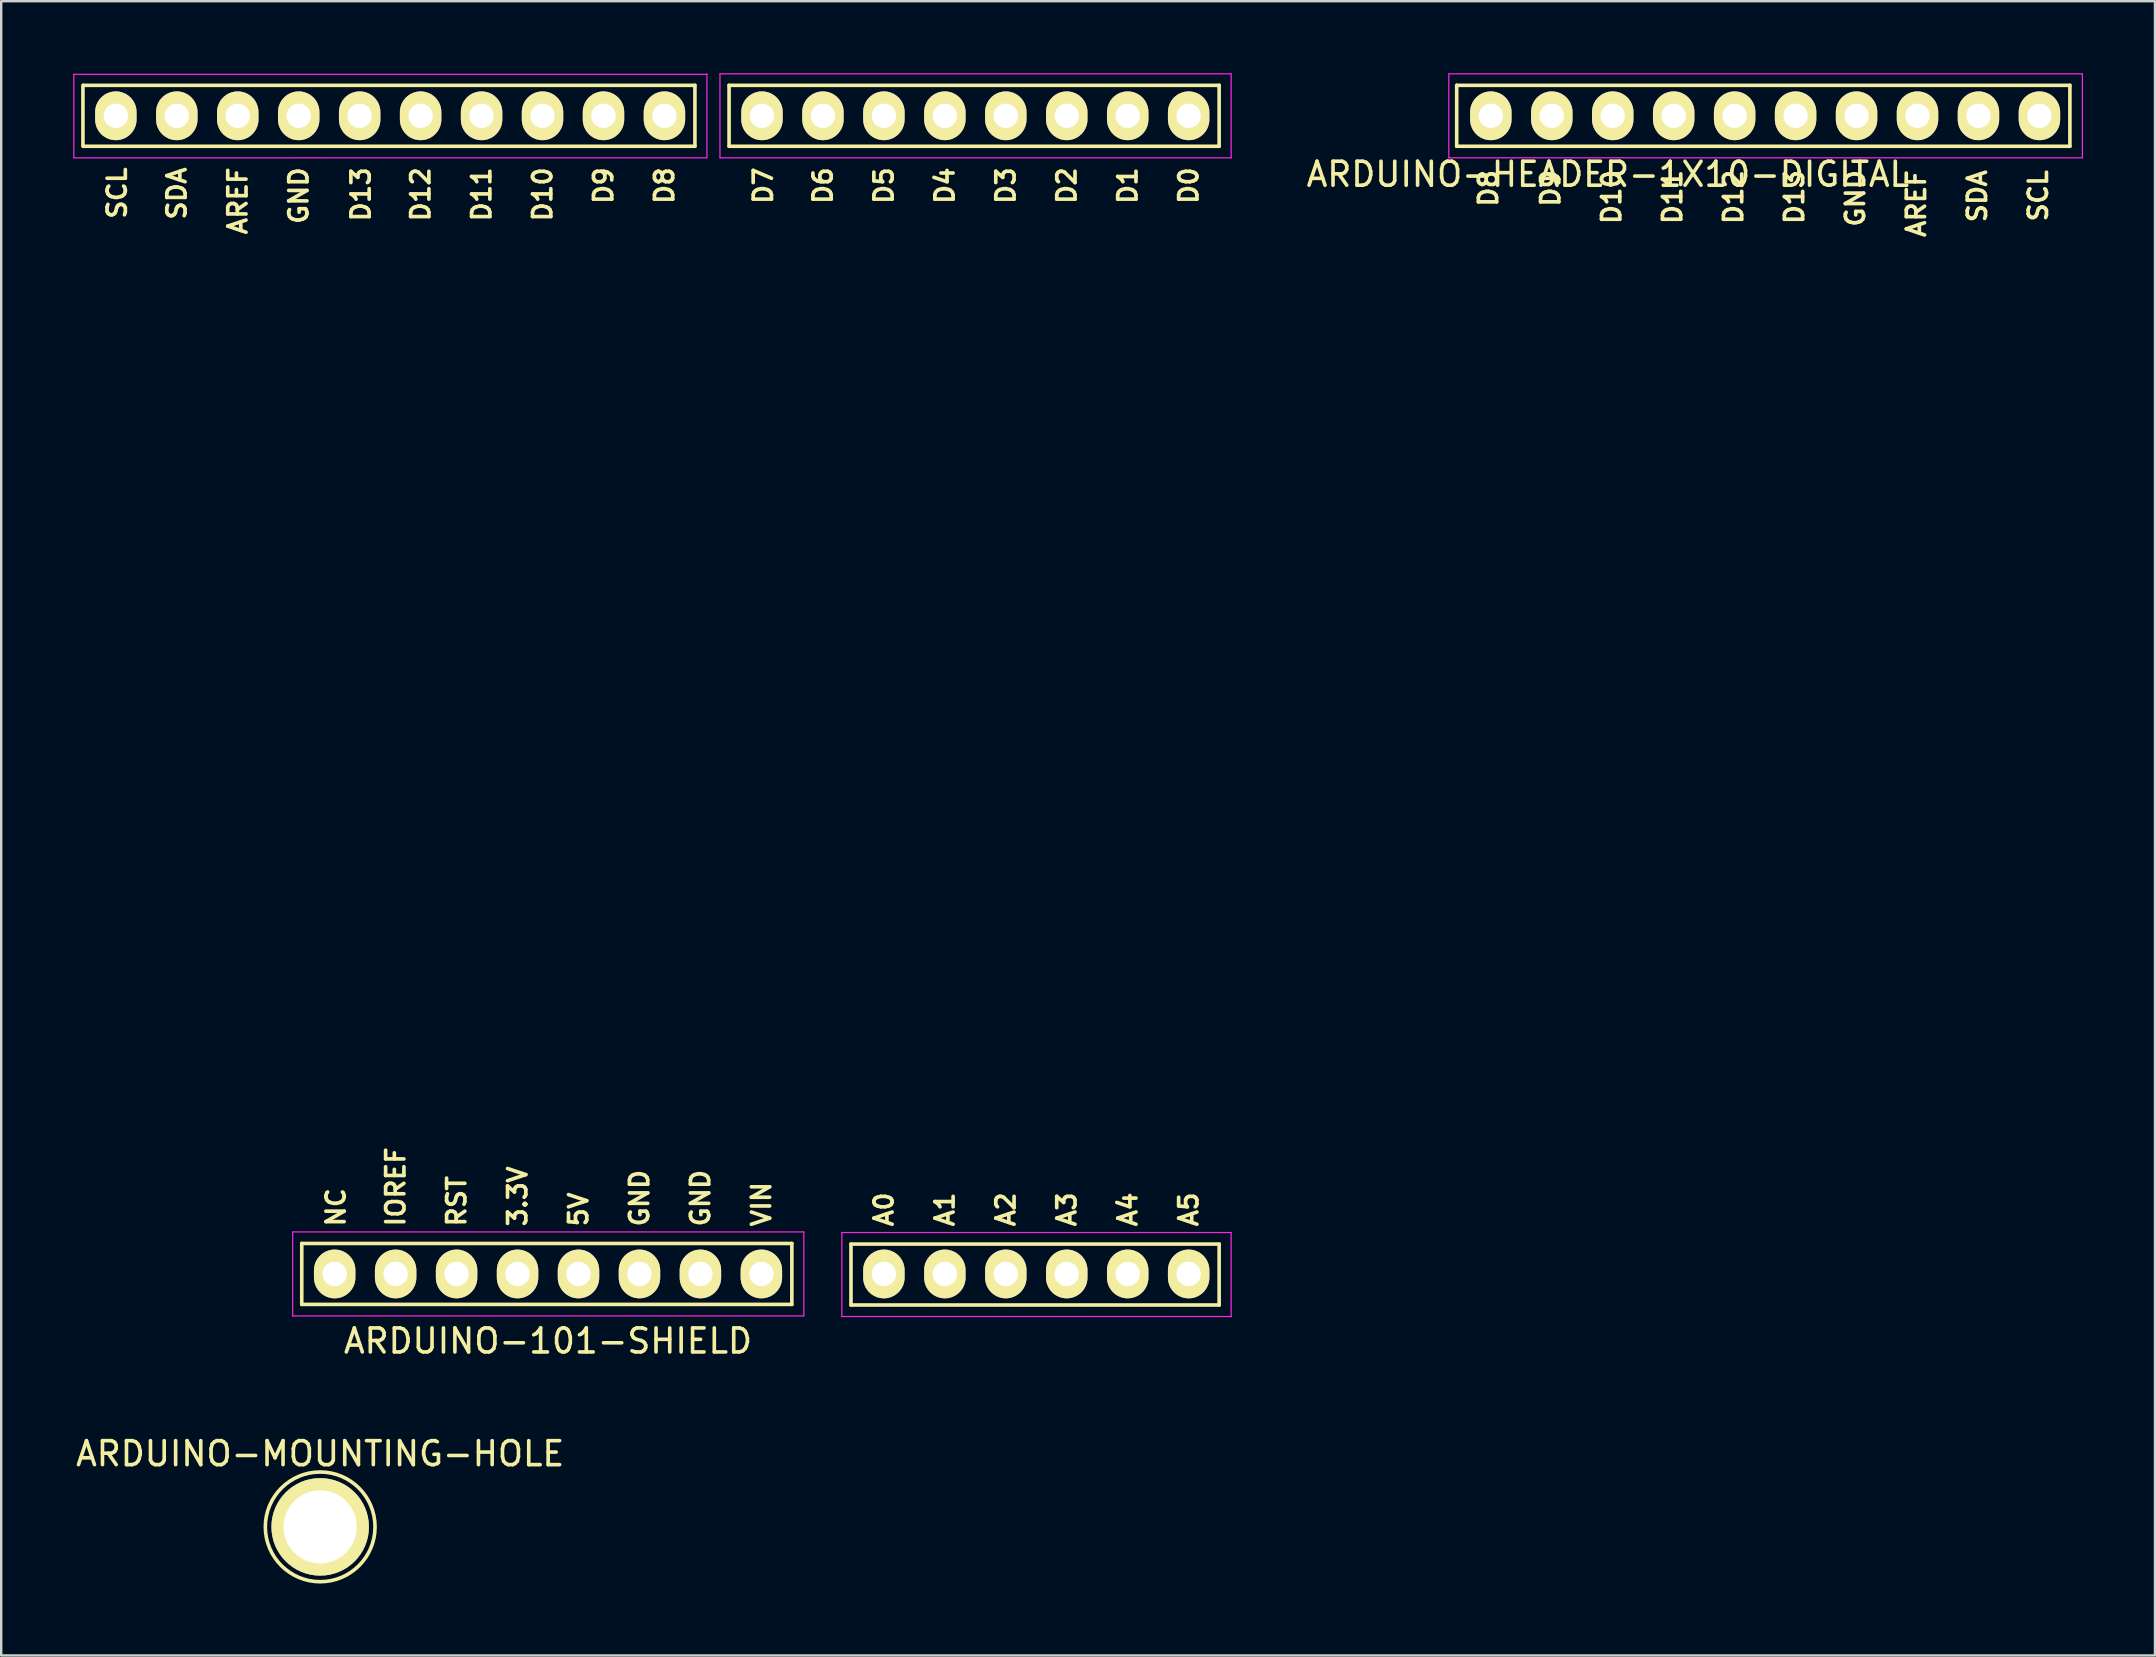
<source format=kicad_pcb>
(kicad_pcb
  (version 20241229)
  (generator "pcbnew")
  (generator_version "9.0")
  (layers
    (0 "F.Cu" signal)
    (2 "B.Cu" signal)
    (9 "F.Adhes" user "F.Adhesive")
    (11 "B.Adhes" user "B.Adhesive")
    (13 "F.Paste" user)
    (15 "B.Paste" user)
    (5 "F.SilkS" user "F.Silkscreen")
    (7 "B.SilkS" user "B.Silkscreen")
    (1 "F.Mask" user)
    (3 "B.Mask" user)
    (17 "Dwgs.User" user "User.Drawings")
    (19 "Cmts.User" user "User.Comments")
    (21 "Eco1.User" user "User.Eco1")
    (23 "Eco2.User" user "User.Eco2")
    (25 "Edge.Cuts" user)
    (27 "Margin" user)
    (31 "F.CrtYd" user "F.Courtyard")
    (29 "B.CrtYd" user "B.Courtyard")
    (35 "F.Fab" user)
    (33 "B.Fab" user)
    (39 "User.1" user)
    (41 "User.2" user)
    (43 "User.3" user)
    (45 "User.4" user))
  (footprint "ARDUINO-HEADER-1X10-DIGITAL"
    (layer "F.Cu")
    (at 59.072 1.775)
    (property "Reference" "ARDUINO-HEADER-1X10-DIGITAL" (at 4.877 2.438 0) (layer "F.SilkS") (effects (font (size 1 1) (thickness 0.15))))
    (attr through_hole)
    (fp_line (start -1.422 1.27) (end -1.422 -1.27) (stroke (width 0.15) (type solid)) (layer "F.SilkS"))
    (fp_line (start -1.422 1.27) (end 24.13 1.27) (stroke (width 0.15) (type solid)) (layer "F.SilkS"))
    (fp_line (start 24.13 -1.27) (end -1.422 -1.27) (stroke (width 0.15) (type solid)) (layer "F.SilkS"))
    (fp_line (start 24.13 1.27) (end 24.13 -1.27) (stroke (width 0.15) (type solid)) (layer "F.SilkS"))
    (fp_line (start -1.75 -1.75) (end -1.75 1.75) (stroke (width 0.05) (type solid)) (layer "F.CrtYd"))
    (fp_line (start -1.75 -1.75) (end 24.65 -1.75) (stroke (width 0.05) (type solid)) (layer "F.CrtYd"))
    (fp_line (start -1.75 1.75) (end 24.65 1.75) (stroke (width 0.05) (type solid)) (layer "F.CrtYd"))
    (fp_line (start 24.65 -1.75) (end 24.65 1.75) (stroke (width 0.05) (type solid)) (layer "F.CrtYd"))
    (fp_text user "GND" (at 15.189 3.44 90) (layer "F.SilkS") (effects (font (size 0.762 0.762) (thickness 0.152))))
    (fp_text user "D13" (at 12.649 3.385 90) (layer "F.SilkS") (effects (font (size 0.762 0.762) (thickness 0.152))))
    (fp_text user "AREF" (at 17.729 3.658 90) (layer "F.SilkS") (effects (font (size 0.762 0.762) (thickness 0.152))))
    (fp_text user "D8" (at -0.102 3.023 90) (layer "F.SilkS") (effects (font (size 0.762 0.762) (thickness 0.152))))
    (fp_text user "SDA" (at 20.269 3.349 90) (layer "F.SilkS") (effects (font (size 0.762 0.762) (thickness 0.152))))
    (fp_text user "SCL" (at 22.809 3.331 90) (layer "F.SilkS") (effects (font (size 0.762 0.762) (thickness 0.152))))
    (fp_text user "D12" (at 10.109 3.385 90) (layer "F.SilkS") (effects (font (size 0.762 0.762) (thickness 0.152))))
    (fp_text user "D10" (at 5.029 3.385 90) (layer "F.SilkS") (effects (font (size 0.762 0.762) (thickness 0.152))))
    (fp_text user "D9" (at 2.489 3.023 90) (layer "F.SilkS") (effects (font (size 0.762 0.762) (thickness 0.152))))
    (fp_text user "D11" (at 7.569 3.385 90) (layer "F.SilkS") (effects (font (size 0.762 0.762) (thickness 0.152))))
    (pad "AREF" thru_hole oval (at 17.78 0) (size 1.727 2.032) (drill 1.016) (layers "*.Cu" "*.Mask" "F.SilkS"))
    (pad "D8" thru_hole oval (at 0 0) (size 1.727 2.032) (drill 1.016) (layers "*.Cu" "*.Mask" "F.SilkS"))
    (pad "D9" thru_hole oval (at 2.54 0) (size 1.727 2.032) (drill 1.016) (layers "*.Cu" "*.Mask" "F.SilkS"))
    (pad "D10" thru_hole oval (at 5.08 0) (size 1.727 2.032) (drill 1.016) (layers "*.Cu" "*.Mask" "F.SilkS"))
    (pad "D11" thru_hole oval (at 7.62 0) (size 1.727 2.032) (drill 1.016) (layers "*.Cu" "*.Mask" "F.SilkS"))
    (pad "D12" thru_hole oval (at 10.16 0) (size 1.727 2.032) (drill 1.016) (layers "*.Cu" "*.Mask" "F.SilkS"))
    (pad "D13" thru_hole oval (at 12.7 0) (size 1.727 2.032) (drill 1.016) (layers "*.Cu" "*.Mask" "F.SilkS"))
    (pad "GND3" thru_hole oval (at 15.24 0) (size 1.727 2.032) (drill 1.016) (layers "*.Cu" "*.Mask" "F.SilkS"))
    (pad "SCL" thru_hole oval (at 22.86 0) (size 1.727 2.032) (drill 1.016) (layers "*.Cu" "*.Mask" "F.SilkS"))
    (pad "SDA" thru_hole oval (at 20.32 0) (size 1.727 2.032) (drill 1.016) (layers "*.Cu" "*.Mask" "F.SilkS")))
  (footprint "ARDUINO-MOUNTING-HOLE"
    (layer "F.Cu")
    (at 10.292 60.574)
    (property "Reference" "ARDUINO-MOUNTING-HOLE" (at 0 -3.048 0) (layer "F.SilkS") (effects (font (size 1 1) (thickness 0.15))))
    (attr through_hole)
    (fp_circle (center 0 0) (end 0 -2.286) (stroke (width 0.15) (type solid)) (fill no) (layer "F.SilkS"))
    (pad "1" thru_hole circle (at 0 0) (size 4.064 4.064) (drill 3.048) (layers "*.Cu" "*.Mask" "F.SilkS")))
  (footprint "ARDUINO-101-SHIELD"
    (layer "F.Cu")
    (at 5.816 50.035)
    (property "Reference" "ARDUINO-101-SHIELD" (at 13.97 2.794 0) (layer "F.SilkS") (effects (font (size 1 1) (thickness 0.15))))
    (attr through_hole)
    (fp_line (start -5.41 -46.99) (end -5.41 -49.53) (stroke (width 0.15) (type solid)) (layer "F.SilkS"))
    (fp_line (start -5.385 -46.99) (end 20.091 -46.99) (stroke (width 0.15) (type solid)) (layer "F.SilkS"))
    (fp_line (start 3.708 1.27) (end 3.708 -1.27) (stroke (width 0.15) (type solid)) (layer "F.SilkS"))
    (fp_line (start 3.708 1.27) (end 24.13 1.27) (stroke (width 0.15) (type solid)) (layer "F.SilkS"))
    (fp_line (start 20.091 -49.53) (end -5.385 -49.53) (stroke (width 0.15) (type solid)) (layer "F.SilkS"))
    (fp_line (start 20.091 -46.99) (end 20.091 -49.53) (stroke (width 0.15) (type solid)) (layer "F.SilkS"))
    (fp_line (start 21.514 -46.99) (end 21.514 -49.53) (stroke (width 0.15) (type solid)) (layer "F.SilkS"))
    (fp_line (start 21.514 -46.99) (end 41.935 -46.99) (stroke (width 0.15) (type solid)) (layer "F.SilkS"))
    (fp_line (start 24.13 -1.27) (end 3.708 -1.27) (stroke (width 0.15) (type solid)) (layer "F.SilkS"))
    (fp_line (start 24.13 1.27) (end 24.13 -1.27) (stroke (width 0.15) (type solid)) (layer "F.SilkS"))
    (fp_line (start 26.594 1.295) (end 26.594 -1.245) (stroke (width 0.15) (type solid)) (layer "F.SilkS"))
    (fp_line (start 26.594 1.295) (end 41.935 1.295) (stroke (width 0.15) (type solid)) (layer "F.SilkS"))
    (fp_line (start 41.935 -49.53) (end 21.514 -49.53) (stroke (width 0.15) (type solid)) (layer "F.SilkS"))
    (fp_line (start 41.935 -46.99) (end 41.935 -49.53) (stroke (width 0.15) (type solid)) (layer "F.SilkS"))
    (fp_line (start 41.935 -1.245) (end 26.594 -1.245) (stroke (width 0.15) (type solid)) (layer "F.SilkS"))
    (fp_line (start 41.935 1.295) (end 41.935 -1.245) (stroke (width 0.15) (type solid)) (layer "F.SilkS"))
    (fp_line (start -5.791 -49.987) (end -5.791 -46.507) (stroke (width 0.05) (type solid)) (layer "F.CrtYd"))
    (fp_line (start -5.791 -49.987) (end 20.591 -49.987) (stroke (width 0.05) (type solid)) (layer "F.CrtYd"))
    (fp_line (start -5.791 -46.507) (end 20.591 -46.51) (stroke (width 0.05) (type solid)) (layer "F.CrtYd"))
    (fp_line (start 3.33 -1.75) (end 3.33 1.75) (stroke (width 0.05) (type solid)) (layer "F.CrtYd"))
    (fp_line (start 3.33 -1.75) (end 24.63 -1.75) (stroke (width 0.05) (type solid)) (layer "F.CrtYd"))
    (fp_line (start 3.33 1.75) (end 24.63 1.75) (stroke (width 0.05) (type solid)) (layer "F.CrtYd"))
    (fp_line (start 20.591 -50.01) (end 20.591 -46.51) (stroke (width 0.05) (type solid)) (layer "F.CrtYd"))
    (fp_line (start 21.135 -50.01) (end 21.135 -46.51) (stroke (width 0.05) (type solid)) (layer "F.CrtYd"))
    (fp_line (start 21.135 -50.01) (end 42.435 -50.01) (stroke (width 0.05) (type solid)) (layer "F.CrtYd"))
    (fp_line (start 21.135 -46.51) (end 42.435 -46.51) (stroke (width 0.05) (type solid)) (layer "F.CrtYd"))
    (fp_line (start 24.63 -1.75) (end 24.63 1.75) (stroke (width 0.05) (type solid)) (layer "F.CrtYd"))
    (fp_line (start 26.215 -1.725) (end 26.215 1.775) (stroke (width 0.05) (type solid)) (layer "F.CrtYd"))
    (fp_line (start 26.215 -1.725) (end 42.435 -1.725) (stroke (width 0.05) (type solid)) (layer "F.CrtYd"))
    (fp_line (start 26.215 1.775) (end 42.435 1.775) (stroke (width 0.05) (type solid)) (layer "F.CrtYd"))
    (fp_line (start 42.435 -50.01) (end 42.435 -46.51) (stroke (width 0.05) (type solid)) (layer "F.CrtYd"))
    (fp_line (start 42.435 -1.725) (end 42.435 1.775) (stroke (width 0.05) (type solid)) (layer "F.CrtYd"))
    (fp_text user "SDA" (at -1.499 -45.023 90) (layer "F.SilkS") (effects (font (size 0.762 0.762) (thickness 0.152))))
    (fp_text user "GND" (at 20.32 -3.16 90) (layer "F.SilkS") (effects (font (size 0.762 0.762) (thickness 0.152))))
    (fp_text user "D9" (at 16.281 -45.35 90) (layer "F.SilkS") (effects (font (size 0.762 0.762) (thickness 0.152))))
    (fp_text user "D12" (at 8.661 -44.987 90) (layer "F.SilkS") (effects (font (size 0.762 0.762) (thickness 0.152))))
    (fp_text user "IOREF" (at 7.62 -3.632 90) (layer "F.SilkS") (effects (font (size 0.762 0.762) (thickness 0.152))))
    (fp_text user "D11" (at 11.201 -44.987 90) (layer "F.SilkS") (effects (font (size 0.762 0.762) (thickness 0.152))))
    (fp_text user "GND" (at 3.581 -44.933 90) (layer "F.SilkS") (effects (font (size 0.762 0.762) (thickness 0.152))))
    (fp_text user "D2" (at 35.585 -45.35 90) (layer "F.SilkS") (effects (font (size 0.762 0.762) (thickness 0.152))))
    (fp_text user "A2" (at 33.045 -2.689 90) (layer "F.SilkS") (effects (font (size 0.762 0.762) (thickness 0.152))))
    (fp_text user "A1" (at 30.505 -2.689 90) (layer "F.SilkS") (effects (font (size 0.762 0.762) (thickness 0.152))))
    (fp_text user "3.3V" (at 12.7 -3.233 90) (layer "F.SilkS") (effects (font (size 0.762 0.762) (thickness 0.152))))
    (fp_text user "A0" (at 27.965 -2.689 90) (layer "F.SilkS") (effects (font (size 0.762 0.762) (thickness 0.152))))
    (fp_text user "A5" (at 40.665 -2.689 90) (layer "F.SilkS") (effects (font (size 0.762 0.762) (thickness 0.152))))
    (fp_text user "SCL" (at -3.988 -45.041 90) (layer "F.SilkS") (effects (font (size 0.762 0.762) (thickness 0.152))))
    (fp_text user "5V" (at 15.24 -2.689 90) (layer "F.SilkS") (effects (font (size 0.762 0.762) (thickness 0.152))))
    (fp_text user "RST" (at 10.16 -3.033 90) (layer "F.SilkS") (effects (font (size 0.762 0.762) (thickness 0.152))))
    (fp_text user "A3" (at 35.585 -2.689 90) (layer "F.SilkS") (effects (font (size 0.762 0.762) (thickness 0.152))))
    (fp_text user "D5" (at 27.965 -45.35 90) (layer "F.SilkS") (effects (font (size 0.762 0.762) (thickness 0.152))))
    (fp_text user "A4" (at 38.125 -2.689 90) (layer "F.SilkS") (effects (font (size 0.762 0.762) (thickness 0.152))))
    (fp_text user "D8" (at 18.821 -45.35 90) (layer "F.SilkS") (effects (font (size 0.762 0.762) (thickness 0.152))))
    (fp_text user "D4" (at 30.505 -45.35 90) (layer "F.SilkS") (effects (font (size 0.762 0.762) (thickness 0.152))))
    (fp_text user "AREF" (at 1.041 -44.715 90) (layer "F.SilkS") (effects (font (size 0.762 0.762) (thickness 0.152))))
    (fp_text user "D10" (at 13.741 -44.987 90) (layer "F.SilkS") (effects (font (size 0.762 0.762) (thickness 0.152))))
    (fp_text user "D6" (at 25.425 -45.35 90) (layer "F.SilkS") (effects (font (size 0.762 0.762) (thickness 0.152))))
    (fp_text user "D3" (at 33.045 -45.35 90) (layer "F.SilkS") (effects (font (size 0.762 0.762) (thickness 0.152))))
    (fp_text user "D0" (at 40.665 -45.35 90) (layer "F.SilkS") (effects (font (size 0.762 0.762) (thickness 0.152))))
    (fp_text user "D7" (at 22.936 -45.35 90) (layer "F.SilkS") (effects (font (size 0.762 0.762) (thickness 0.152))))
    (fp_text user "NC" (at 5.131 -2.779 90) (layer "F.SilkS") (effects (font (size 0.762 0.762) (thickness 0.152))))
    (fp_text user "GND" (at 17.78 -3.16 90) (layer "F.SilkS") (effects (font (size 0.762 0.762) (thickness 0.152))))
    (fp_text user "D1" (at 38.125 -45.35 90) (layer "F.SilkS") (effects (font (size 0.762 0.762) (thickness 0.152))))
    (fp_text user "VIN" (at 22.86 -2.906 90) (layer "F.SilkS") (effects (font (size 0.762 0.762) (thickness 0.152))))
    (fp_text user "D13" (at 6.172 -44.987 90) (layer "F.SilkS") (effects (font (size 0.762 0.762) (thickness 0.152))))
    (pad "3V3" thru_hole oval (at 12.7 0) (size 1.727 2.032) (drill 1.016) (layers "*.Cu" "*.Mask" "F.SilkS"))
    (pad "5V" thru_hole oval (at 15.24 0) (size 1.727 2.032) (drill 1.016) (layers "*.Cu" "*.Mask" "F.SilkS"))
    (pad "A0" thru_hole oval (at 27.965 0) (size 1.727 2.032) (drill 1.016) (layers "*.Cu" "*.Mask" "F.SilkS"))
    (pad "A1" thru_hole oval (at 30.505 0) (size 1.727 2.032) (drill 1.016) (layers "*.Cu" "*.Mask" "F.SilkS"))
    (pad "A2" thru_hole oval (at 33.045 0) (size 1.727 2.032) (drill 1.016) (layers "*.Cu" "*.Mask" "F.SilkS"))
    (pad "A3" thru_hole oval (at 35.585 0) (size 1.727 2.032) (drill 1.016) (layers "*.Cu" "*.Mask" "F.SilkS"))
    (pad "A4" thru_hole oval (at 38.125 0) (size 1.727 2.032) (drill 1.016) (layers "*.Cu" "*.Mask" "F.SilkS"))
    (pad "A5" thru_hole oval (at 40.665 0) (size 1.727 2.032) (drill 1.016) (layers "*.Cu" "*.Mask" "F.SilkS"))
    (pad "AREF" thru_hole oval (at 1.041 -48.26) (size 1.727 2.032) (drill 1.016) (layers "*.Cu" "*.Mask" "F.SilkS"))
    (pad "D0" thru_hole oval (at 40.665 -48.26) (size 1.727 2.032) (drill 1.016) (layers "*.Cu" "*.Mask" "F.SilkS"))
    (pad "D1" thru_hole oval (at 38.125 -48.26) (size 1.727 2.032) (drill 1.016) (layers "*.Cu" "*.Mask" "F.SilkS"))
    (pad "D2" thru_hole oval (at 35.585 -48.26) (size 1.727 2.032) (drill 1.016) (layers "*.Cu" "*.Mask" "F.SilkS"))
    (pad "D3" thru_hole oval (at 33.045 -48.26) (size 1.727 2.032) (drill 1.016) (layers "*.Cu" "*.Mask" "F.SilkS"))
    (pad "D4" thru_hole oval (at 30.505 -48.26) (size 1.727 2.032) (drill 1.016) (layers "*.Cu" "*.Mask" "F.SilkS"))
    (pad "D5" thru_hole oval (at 27.965 -48.26) (size 1.727 2.032) (drill 1.016) (layers "*.Cu" "*.Mask" "F.SilkS"))
    (pad "D6" thru_hole oval (at 25.425 -48.26) (size 1.727 2.032) (drill 1.016) (layers "*.Cu" "*.Mask" "F.SilkS"))
    (pad "D7" thru_hole oval (at 22.885 -48.26) (size 1.727 2.032) (drill 1.016) (layers "*.Cu" "*.Mask" "F.SilkS"))
    (pad "D8" thru_hole oval (at 18.821 -48.26) (size 1.727 2.032) (drill 1.016) (layers "*.Cu" "*.Mask" "F.SilkS"))
    (pad "D9" thru_hole oval (at 16.281 -48.26) (size 1.727 2.032) (drill 1.016) (layers "*.Cu" "*.Mask" "F.SilkS"))
    (pad "D10" thru_hole oval (at 13.741 -48.26) (size 1.727 2.032) (drill 1.016) (layers "*.Cu" "*.Mask" "F.SilkS"))
    (pad "D11" thru_hole oval (at 11.201 -48.26) (size 1.727 2.032) (drill 1.016) (layers "*.Cu" "*.Mask" "F.SilkS"))
    (pad "D12" thru_hole oval (at 8.661 -48.26) (size 1.727 2.032) (drill 1.016) (layers "*.Cu" "*.Mask" "F.SilkS"))
    (pad "D13" thru_hole oval (at 6.121 -48.26) (size 1.727 2.032) (drill 1.016) (layers "*.Cu" "*.Mask" "F.SilkS"))
    (pad "GND1" thru_hole oval (at 17.78 0) (size 1.727 2.032) (drill 1.016) (layers "*.Cu" "*.Mask" "F.SilkS"))
    (pad "GND2" thru_hole oval (at 20.32 0) (size 1.727 2.032) (drill 1.016) (layers "*.Cu" "*.Mask" "F.SilkS"))
    (pad "GND3" thru_hole oval (at 3.581 -48.26) (size 1.727 2.032) (drill 1.016) (layers "*.Cu" "*.Mask" "F.SilkS"))
    (pad "IO" thru_hole oval (at 7.62 0) (size 1.727 2.032) (drill 1.016) (layers "*.Cu" "*.Mask" "F.SilkS"))
    (pad "NC" thru_hole oval (at 5.08 0) (size 1.727 2.032) (drill 1.016) (layers "*.Cu" "*.Mask" "F.SilkS"))
    (pad "RST" thru_hole oval (at 10.16 0) (size 1.727 2.032) (drill 1.016) (layers "*.Cu" "*.Mask" "F.SilkS"))
    (pad "SCL" thru_hole oval (at -4.039 -48.26) (size 1.727 2.032) (drill 1.016) (layers "*.Cu" "*.Mask" "F.SilkS"))
    (pad "SDA" thru_hole oval (at -1.499 -48.26) (size 1.727 2.032) (drill 1.016) (layers "*.Cu" "*.Mask" "F.SilkS"))
    (pad "VIN" thru_hole oval (at 22.86 0) (size 1.727 2.032) (drill 1.016) (layers "*.Cu" "*.Mask" "F.SilkS")))
  (gr_rect
    (start -3 -3)
    (end 86.747 65.934)
    (stroke (width 0.1) (type default))
    (fill no)
    (layer "Edge.Cuts")))
</source>
